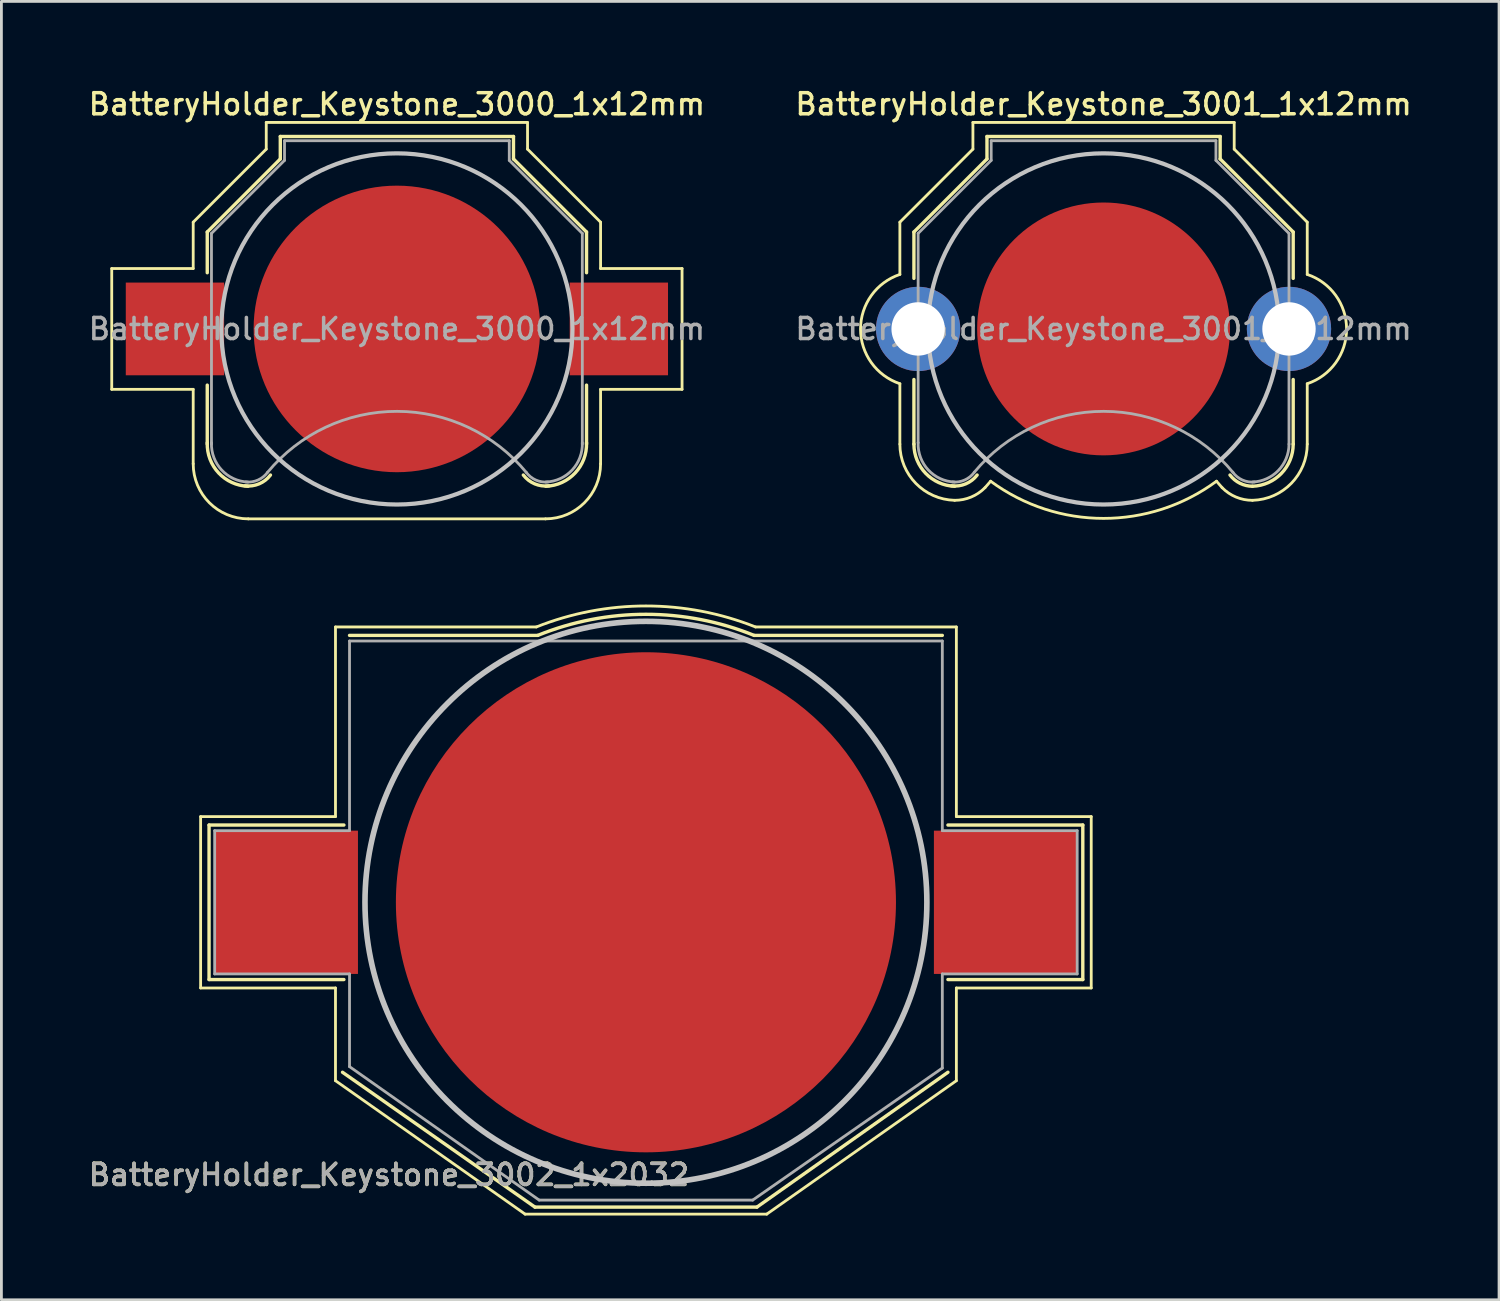
<source format=kicad_pcb>
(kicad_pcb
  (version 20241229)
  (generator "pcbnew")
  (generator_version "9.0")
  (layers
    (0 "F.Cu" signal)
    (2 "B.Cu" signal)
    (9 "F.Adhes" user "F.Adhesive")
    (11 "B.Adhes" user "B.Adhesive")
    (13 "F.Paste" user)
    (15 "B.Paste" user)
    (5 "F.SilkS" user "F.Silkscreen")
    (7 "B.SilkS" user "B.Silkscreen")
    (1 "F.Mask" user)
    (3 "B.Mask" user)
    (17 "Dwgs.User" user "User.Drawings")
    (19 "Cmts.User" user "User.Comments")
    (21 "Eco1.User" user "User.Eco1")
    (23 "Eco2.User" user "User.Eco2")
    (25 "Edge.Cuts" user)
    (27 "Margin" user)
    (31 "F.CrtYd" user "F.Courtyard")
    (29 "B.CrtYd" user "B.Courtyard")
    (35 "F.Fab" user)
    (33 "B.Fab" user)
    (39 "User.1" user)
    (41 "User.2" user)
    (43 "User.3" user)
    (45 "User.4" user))
  (footprint "BatteryHolder_Keystone_3002_1x2032"
    (layer "F.Cu")
    (at 19.941 29.066)
    (property "Reference" "BatteryHolder_Keystone_3002_1x2032" (at -9.15 9.7 0) (layer "F.SilkS") (effects (font (size 0.75 0.75) (thickness 0.125))))
    (attr smd)
    (fp_line (start -15.85 -3.05) (end -11.05 -3.05) (stroke (width 0.1) (type solid)) (layer "F.SilkS"))
    (fp_line (start -15.85 3.05) (end -15.85 -3.05) (stroke (width 0.1) (type solid)) (layer "F.SilkS"))
    (fp_line (start -15.55 -2.75) (end -15.55 2.75) (stroke (width 0.12) (type solid)) (layer "F.SilkS"))
    (fp_line (start -15.55 2.75) (end -10.75 2.75) (stroke (width 0.12) (type solid)) (layer "F.SilkS"))
    (fp_line (start -11.05 -9.8) (end -3.9 -9.8) (stroke (width 0.1) (type solid)) (layer "F.SilkS"))
    (fp_line (start -11.05 -3.05) (end -11.05 -9.8) (stroke (width 0.1) (type solid)) (layer "F.SilkS"))
    (fp_line (start -11.05 3.05) (end -15.85 3.05) (stroke (width 0.1) (type solid)) (layer "F.SilkS"))
    (fp_line (start -11.05 6.35) (end -11.05 3.05) (stroke (width 0.1) (type solid)) (layer "F.SilkS"))
    (fp_line (start -10.8 6.05) (end -3.95 10.85) (stroke (width 0.12) (type solid)) (layer "F.SilkS"))
    (fp_line (start -10.75 -2.75) (end -15.55 -2.75) (stroke (width 0.12) (type solid)) (layer "F.SilkS"))
    (fp_line (start -10.55 -9.5) (end -3.85 -9.5) (stroke (width 0.12) (type solid)) (layer "F.SilkS"))
    (fp_line (start -4.3 11.1) (end -11.05 6.35) (stroke (width 0.1) (type solid)) (layer "F.SilkS"))
    (fp_line (start -3.95 10.85) (end 3.95 10.85) (stroke (width 0.12) (type solid)) (layer "F.SilkS"))
    (fp_line (start 3.95 10.85) (end 10.75 6.05) (stroke (width 0.12) (type solid)) (layer "F.SilkS"))
    (fp_line (start 4.3 11.1) (end -4.3 11.1) (stroke (width 0.1) (type solid)) (layer "F.SilkS"))
    (fp_line (start 10.55 -9.5) (end 3.85 -9.5) (stroke (width 0.12) (type solid)) (layer "F.SilkS"))
    (fp_line (start 10.75 2.75) (end 15.55 2.75) (stroke (width 0.12) (type solid)) (layer "F.SilkS"))
    (fp_line (start 11.05 -9.8) (end 3.9 -9.8) (stroke (width 0.1) (type solid)) (layer "F.SilkS"))
    (fp_line (start 11.05 -9.8) (end 11.05 -3.05) (stroke (width 0.1) (type solid)) (layer "F.SilkS"))
    (fp_line (start 11.05 -3.05) (end 15.85 -3.05) (stroke (width 0.1) (type solid)) (layer "F.SilkS"))
    (fp_line (start 11.05 3.05) (end 11.05 6.35) (stroke (width 0.1) (type solid)) (layer "F.SilkS"))
    (fp_line (start 11.05 6.35) (end 4.3 11.1) (stroke (width 0.1) (type solid)) (layer "F.SilkS"))
    (fp_line (start 15.55 -2.75) (end 10.75 -2.75) (stroke (width 0.12) (type solid)) (layer "F.SilkS"))
    (fp_line (start 15.55 2.75) (end 15.55 -2.75) (stroke (width 0.12) (type solid)) (layer "F.SilkS"))
    (fp_line (start 15.85 -3.05) (end 15.85 3.05) (stroke (width 0.1) (type solid)) (layer "F.SilkS"))
    (fp_line (start 15.85 3.05) (end 11.05 3.05) (stroke (width 0.1) (type solid)) (layer "F.SilkS"))
    (fp_arc (start -3.9 -9.8) (mid 0 -10.547512) (end 3.9 -9.8) (stroke (width 0.1) (type solid)) (layer "F.SilkS"))
    (fp_arc (start -3.846385 -9.501464) (mid 0.00195 -10.250487) (end 3.85 -9.5) (stroke (width 0.12) (type solid)) (layer "F.SilkS"))
    (fp_circle (center 0 0) (end 10 0) (stroke (width 0.2) (type solid)) (fill no) (layer "Dwgs.User"))
    (fp_line (start -15.35 -2.55) (end -15.35 2.55) (stroke (width 0.1) (type solid)) (layer "F.Fab"))
    (fp_line (start -15.35 -2.55) (end -10.55 -2.55) (stroke (width 0.1) (type solid)) (layer "F.Fab"))
    (fp_line (start -15.35 2.55) (end -10.55 2.55) (stroke (width 0.1) (type solid)) (layer "F.Fab"))
    (fp_line (start -10.55 -2.55) (end -10.55 -9.3) (stroke (width 0.1) (type solid)) (layer "F.Fab"))
    (fp_line (start -10.55 2.55) (end -10.55 5.85) (stroke (width 0.1) (type solid)) (layer "F.Fab"))
    (fp_line (start -10.55 5.85) (end -3.8 10.6) (stroke (width 0.1) (type solid)) (layer "F.Fab"))
    (fp_line (start -3.8 10.6) (end 3.8 10.6) (stroke (width 0.1) (type solid)) (layer "F.Fab"))
    (fp_line (start 10.55 -9.3) (end -10.55 -9.3) (stroke (width 0.1) (type solid)) (layer "F.Fab"))
    (fp_line (start 10.55 -2.55) (end 10.55 -9.3) (stroke (width 0.1) (type solid)) (layer "F.Fab"))
    (fp_line (start 10.55 2.55) (end 10.55 5.9) (stroke (width 0.1) (type solid)) (layer "F.Fab"))
    (fp_line (start 10.55 2.55) (end 15.35 2.55) (stroke (width 0.1) (type solid)) (layer "F.Fab"))
    (fp_line (start 10.55 5.9) (end 3.8 10.6) (stroke (width 0.1) (type solid)) (layer "F.Fab"))
    (fp_line (start 15.35 -2.55) (end 10.55 -2.55) (stroke (width 0.1) (type solid)) (layer "F.Fab"))
    (fp_line (start 15.35 2.55) (end 15.35 -2.55) (stroke (width 0.1) (type solid)) (layer "F.Fab"))
    (fp_text user "${REFERENCE}" (at -9.15 9.7 0) (layer "F.Fab") (effects (font (size 0.75 0.75) (thickness 0.125))))
    (pad "1" smd rect (at -12.8 0) (size 5.1 5.1) (layers "F.Cu" "F.Mask" "F.Paste"))
    (pad "1" smd rect (at 12.8 0) (size 5.1 5.1) (layers "F.Cu" "F.Mask" "F.Paste"))
    (pad "2" smd circle (at 0 0) (size 17.8 17.8) (layers "F.Cu" "F.Mask")))
  (footprint "BatteryHolder_Keystone_3001_1x12mm"
    (layer "F.Cu")
    (at 36.23 8.658)
    (property "Reference" "BatteryHolder_Keystone_3001_1x12mm" (at 0 -8 0) (layer "F.SilkS") (effects (font (size 0.75 0.75) (thickness 0.125))))
    (attr through_hole)
    (fp_line (start -7.25 -3.8) (end -4.65 -6.4) (stroke (width 0.1) (type solid)) (layer "F.SilkS"))
    (fp_line (start -7.25 -1.94) (end -7.25 -3.8) (stroke (width 0.1) (type solid)) (layer "F.SilkS"))
    (fp_line (start -7.25 1.95) (end -7.25 4.1) (stroke (width 0.1) (type solid)) (layer "F.SilkS"))
    (fp_line (start -6.75 -3.45) (end -4.15 -6.05) (stroke (width 0.12) (type solid)) (layer "F.SilkS"))
    (fp_line (start -6.75 -1.8) (end -6.75 -3.45) (stroke (width 0.12) (type solid)) (layer "F.SilkS"))
    (fp_line (start -6.75 1.8) (end -6.75 4.1) (stroke (width 0.12) (type solid)) (layer "F.SilkS"))
    (fp_line (start -4.65 -7.35) (end 4.65 -7.35) (stroke (width 0.1) (type solid)) (layer "F.SilkS"))
    (fp_line (start -4.65 -6.4) (end -4.65 -7.35) (stroke (width 0.1) (type solid)) (layer "F.SilkS"))
    (fp_line (start -4.15 -6.85) (end 4.15 -6.85) (stroke (width 0.12) (type solid)) (layer "F.SilkS"))
    (fp_line (start -4.15 -6.05) (end -4.15 -6.85) (stroke (width 0.12) (type solid)) (layer "F.SilkS"))
    (fp_line (start 4.15 -6.85) (end 4.15 -6.05) (stroke (width 0.12) (type solid)) (layer "F.SilkS"))
    (fp_line (start 4.15 -6.05) (end 6.75 -3.45) (stroke (width 0.12) (type solid)) (layer "F.SilkS"))
    (fp_line (start 4.65 -6.4) (end 4.65 -7.35) (stroke (width 0.1) (type solid)) (layer "F.SilkS"))
    (fp_line (start 6.75 -3.45) (end 6.75 -1.8) (stroke (width 0.12) (type solid)) (layer "F.SilkS"))
    (fp_line (start 6.75 1.8) (end 6.75 4.1) (stroke (width 0.12) (type solid)) (layer "F.SilkS"))
    (fp_line (start 7.25 -3.8) (end 4.65 -6.4) (stroke (width 0.1) (type solid)) (layer "F.SilkS"))
    (fp_line (start 7.25 -1.94) (end 7.25 -3.8) (stroke (width 0.1) (type solid)) (layer "F.SilkS"))
    (fp_line (start 7.25 1.95) (end 7.25 4.1) (stroke (width 0.1) (type solid)) (layer "F.SilkS"))
    (fp_arc (start -7.25 1.95) (mid -8.650199 0.005001) (end -7.25 -1.94) (stroke (width 0.1) (type solid)) (layer "F.SilkS"))
    (fp_arc (start -5.3 5.6) (mid -6.32849 5.143374) (end -6.75 4.1) (stroke (width 0.12) (type solid)) (layer "F.SilkS"))
    (fp_arc (start -5.3 6.1) (mid -6.682005 5.49683) (end -7.25 4.1) (stroke (width 0.1) (type solid)) (layer "F.SilkS"))
    (fp_arc (start -4.5 5.2) (mid -4.90584 5.514615) (end -5.414615 5.58416) (stroke (width 0.12) (type solid)) (layer "F.SilkS"))
    (fp_arc (start -4.22 5.65) (mid -4.714386 5.984474) (end -5.3 6.1) (stroke (width 0.1) (type solid)) (layer "F.SilkS"))
    (fp_arc (start -4.22 5.65) (mid -4.121556 5.533647) (end -4.02 5.42) (stroke (width 0.1) (type solid)) (layer "F.SilkS"))
    (fp_arc (start 4.02 5.42) (mid 0 6.743653) (end -4.02 5.42) (stroke (width 0.1) (type solid)) (layer "F.SilkS"))
    (fp_arc (start 4.02 5.42) (mid 4.121556 5.533647) (end 4.22 5.65) (stroke (width 0.1) (type solid)) (layer "F.SilkS"))
    (fp_arc (start 5.3 5.6) (mid 4.853425 5.493151) (end 4.5 5.2) (stroke (width 0.12) (type solid)) (layer "F.SilkS"))
    (fp_arc (start 5.3 6.1) (mid 4.714386 5.984474) (end 4.22 5.65) (stroke (width 0.1) (type solid)) (layer "F.SilkS"))
    (fp_arc (start 6.75 4.1) (mid 6.328491 5.143375) (end 5.3 5.6) (stroke (width 0.12) (type solid)) (layer "F.SilkS"))
    (fp_arc (start 7.25 -1.94) (mid 8.650199 0.004999) (end 7.25 1.95) (stroke (width 0.1) (type solid)) (layer "F.SilkS"))
    (fp_arc (start 7.25 4.1) (mid 6.682004 5.496829) (end 5.3 6.1) (stroke (width 0.1) (type solid)) (layer "F.SilkS"))
    (fp_circle (center 0 0) (end 0 6.25) (stroke (width 0.15) (type solid)) (fill no) (layer "Dwgs.User"))
    (fp_line (start -6.6 -3.4) (end -6.6 4.05) (stroke (width 0.1) (type solid)) (layer "F.Fab"))
    (fp_line (start -4 -6.7) (end -4 -6) (stroke (width 0.1) (type solid)) (layer "F.Fab"))
    (fp_line (start -4 -6.7) (end 4 -6.7) (stroke (width 0.1) (type solid)) (layer "F.Fab"))
    (fp_line (start -4 -6) (end -6.6 -3.4) (stroke (width 0.1) (type solid)) (layer "F.Fab"))
    (fp_line (start 4 -6.7) (end 4 -6) (stroke (width 0.1) (type solid)) (layer "F.Fab"))
    (fp_line (start 4 -6) (end 6.6 -3.4) (stroke (width 0.1) (type solid)) (layer "F.Fab"))
    (fp_line (start 6.6 -3.4) (end 6.6 4.1) (stroke (width 0.1) (type solid)) (layer "F.Fab"))
    (fp_arc (start -5.3 5.45) (mid -6.239949 5.019239) (end -6.6 4.05) (stroke (width 0.1) (type solid)) (layer "F.Fab"))
    (fp_arc (start -4.6 5.1) (mid -4.942443 5.378013) (end -5.378013 5.447558) (stroke (width 0.1) (type solid)) (layer "F.Fab"))
    (fp_arc (start -4.6 5.1) (mid 0.006214 2.93343) (end 4.607905 5.109589) (stroke (width 0.1) (type solid)) (layer "F.Fab"))
    (fp_arc (start 5.378013 5.447558) (mid 4.942443 5.378013) (end 4.6 5.1) (stroke (width 0.1) (type solid)) (layer "F.Fab"))
    (fp_arc (start 6.6 4.1) (mid 6.222442 5.037351) (end 5.3 5.45) (stroke (width 0.1) (type solid)) (layer "F.Fab"))
    (fp_text user "${REFERENCE}" (at 0 0 0) (layer "F.Fab") (effects (font (size 0.75 0.75) (thickness 0.125))))
    (pad "1" thru_hole circle (at -6.6 0) (size 3 3) (drill 1.9) (layers "*.Cu" "*.Mask"))
    (pad "1" thru_hole circle (at 6.6 0) (size 3 3) (drill 1.9) (layers "*.Cu" "*.Mask"))
    (pad "2" smd circle (at 0 0) (size 9 9) (layers "F.Cu" "F.Mask")))
  (footprint "BatteryHolder_Keystone_3000_1x12mm"
    (layer "F.Cu")
    (at 11.077 8.658)
    (property "Reference" "BatteryHolder_Keystone_3000_1x12mm" (at 0 -8 0) (layer "F.SilkS") (effects (font (size 0.75 0.75) (thickness 0.125))))
    (attr smd)
    (fp_line (start -10.15 -2.15) (end -10.15 2.15) (stroke (width 0.1) (type solid)) (layer "F.SilkS"))
    (fp_line (start -10.15 2.15) (end -7.25 2.15) (stroke (width 0.1) (type solid)) (layer "F.SilkS"))
    (fp_line (start -7.25 -3.8) (end -4.65 -6.4) (stroke (width 0.1) (type solid)) (layer "F.SilkS"))
    (fp_line (start -7.25 -2.15) (end -10.15 -2.15) (stroke (width 0.1) (type solid)) (layer "F.SilkS"))
    (fp_line (start -7.25 -2.15) (end -7.25 -3.8) (stroke (width 0.1) (type solid)) (layer "F.SilkS"))
    (fp_line (start -7.25 2.15) (end -7.25 4.8) (stroke (width 0.1) (type solid)) (layer "F.SilkS"))
    (fp_line (start -6.75 -3.45) (end -4.15 -6.05) (stroke (width 0.12) (type solid)) (layer "F.SilkS"))
    (fp_line (start -6.75 -2) (end -6.75 -3.45) (stroke (width 0.12) (type solid)) (layer "F.SilkS"))
    (fp_line (start -6.75 2) (end -6.75 4.1) (stroke (width 0.12) (type solid)) (layer "F.SilkS"))
    (fp_line (start -5.29 6.76) (end 5.29 6.76) (stroke (width 0.1) (type solid)) (layer "F.SilkS"))
    (fp_line (start -4.65 -7.35) (end 4.65 -7.35) (stroke (width 0.1) (type solid)) (layer "F.SilkS"))
    (fp_line (start -4.65 -6.4) (end -4.65 -7.35) (stroke (width 0.1) (type solid)) (layer "F.SilkS"))
    (fp_line (start -4.15 -6.85) (end 4.15 -6.85) (stroke (width 0.12) (type solid)) (layer "F.SilkS"))
    (fp_line (start -4.15 -6.05) (end -4.15 -6.85) (stroke (width 0.12) (type solid)) (layer "F.SilkS"))
    (fp_line (start 4.15 -6.85) (end 4.15 -6.05) (stroke (width 0.12) (type solid)) (layer "F.SilkS"))
    (fp_line (start 4.15 -6.05) (end 6.75 -3.45) (stroke (width 0.12) (type solid)) (layer "F.SilkS"))
    (fp_line (start 4.65 -6.4) (end 4.65 -7.35) (stroke (width 0.1) (type solid)) (layer "F.SilkS"))
    (fp_line (start 6.75 -3.45) (end 6.75 -2) (stroke (width 0.12) (type solid)) (layer "F.SilkS"))
    (fp_line (start 6.75 2) (end 6.75 4.1) (stroke (width 0.12) (type solid)) (layer "F.SilkS"))
    (fp_line (start 7.25 -3.8) (end 4.65 -6.4) (stroke (width 0.1) (type solid)) (layer "F.SilkS"))
    (fp_line (start 7.25 -2.15) (end 7.25 -3.8) (stroke (width 0.1) (type solid)) (layer "F.SilkS"))
    (fp_line (start 7.25 -2.15) (end 10.15 -2.15) (stroke (width 0.1) (type solid)) (layer "F.SilkS"))
    (fp_line (start 7.25 2.15) (end 7.25 4.8) (stroke (width 0.1) (type solid)) (layer "F.SilkS"))
    (fp_line (start 10.15 -2.15) (end 10.15 2.15) (stroke (width 0.1) (type solid)) (layer "F.SilkS"))
    (fp_line (start 10.15 2.15) (end 7.25 2.15) (stroke (width 0.1) (type solid)) (layer "F.SilkS"))
    (fp_arc (start -5.3 5.6) (mid -6.346016 5.125305) (end -6.75 4.05) (stroke (width 0.12) (type solid)) (layer "F.SilkS"))
    (fp_arc (start -5.29 6.76) (mid -6.675929 6.185929) (end -7.25 4.8) (stroke (width 0.1) (type solid)) (layer "F.SilkS"))
    (fp_arc (start -4.5 5.2) (mid -4.90584 5.514615) (end -5.414615 5.58416) (stroke (width 0.12) (type solid)) (layer "F.SilkS"))
    (fp_arc (start 5.414615 5.58416) (mid 4.90584 5.514615) (end 4.5 5.2) (stroke (width 0.12) (type solid)) (layer "F.SilkS"))
    (fp_arc (start 6.75 4.05) (mid 6.346016 5.125305) (end 5.3 5.6) (stroke (width 0.12) (type solid)) (layer "F.SilkS"))
    (fp_arc (start 7.25 4.8) (mid 6.675929 6.185929) (end 5.29 6.76) (stroke (width 0.1) (type solid)) (layer "F.SilkS"))
    (fp_circle (center 0 0) (end 0 6.25) (stroke (width 0.15) (type solid)) (fill no) (layer "Dwgs.User"))
    (fp_line (start -6.6 -3.4) (end -6.6 4.1) (stroke (width 0.1) (type solid)) (layer "F.Fab"))
    (fp_line (start -4 -6.7) (end -4 -6) (stroke (width 0.1) (type solid)) (layer "F.Fab"))
    (fp_line (start -4 -6.7) (end 4 -6.7) (stroke (width 0.1) (type solid)) (layer "F.Fab"))
    (fp_line (start -4 -6) (end -6.6 -3.4) (stroke (width 0.1) (type solid)) (layer "F.Fab"))
    (fp_line (start 4 -6.7) (end 4 -6) (stroke (width 0.1) (type solid)) (layer "F.Fab"))
    (fp_line (start 4 -6) (end 6.6 -3.4) (stroke (width 0.1) (type solid)) (layer "F.Fab"))
    (fp_line (start 6.6 -3.4) (end 6.6 4.1) (stroke (width 0.1) (type solid)) (layer "F.Fab"))
    (fp_arc (start -5.3 5.45) (mid -6.239949 5.019239) (end -6.6 4.05) (stroke (width 0.1) (type solid)) (layer "F.Fab"))
    (fp_arc (start -4.6 5.1) (mid -4.942443 5.378013) (end -5.378013 5.447558) (stroke (width 0.1) (type solid)) (layer "F.Fab"))
    (fp_arc (start -4.6 5.1) (mid 0.006214 2.93343) (end 4.607905 5.109589) (stroke (width 0.1) (type solid)) (layer "F.Fab"))
    (fp_arc (start 5.378013 5.447558) (mid 4.942442 5.378013) (end 4.6 5.1) (stroke (width 0.1) (type solid)) (layer "F.Fab"))
    (fp_arc (start 6.6 4.05) (mid 6.239949 5.019239) (end 5.3 5.45) (stroke (width 0.1) (type solid)) (layer "F.Fab"))
    (fp_text user "${REFERENCE}" (at 0 0 0) (layer "F.Fab") (effects (font (size 0.75 0.75) (thickness 0.125))))
    (pad "1" smd rect (at -7.9 0) (size 3.5 3.3) (layers "F.Cu" "F.Mask" "F.Paste"))
    (pad "1" smd rect (at 7.9 0) (size 3.5 3.3) (layers "F.Cu" "F.Mask" "F.Paste"))
    (pad "2" smd circle (at 0 0) (size 10.2 10.2) (layers "F.Cu" "F.Mask")))
  (gr_rect
    (start -3 -3)
    (end 50.307 43.216)
    (stroke (width 0.1) (type default))
    (fill no)
    (layer "Edge.Cuts")))
</source>
